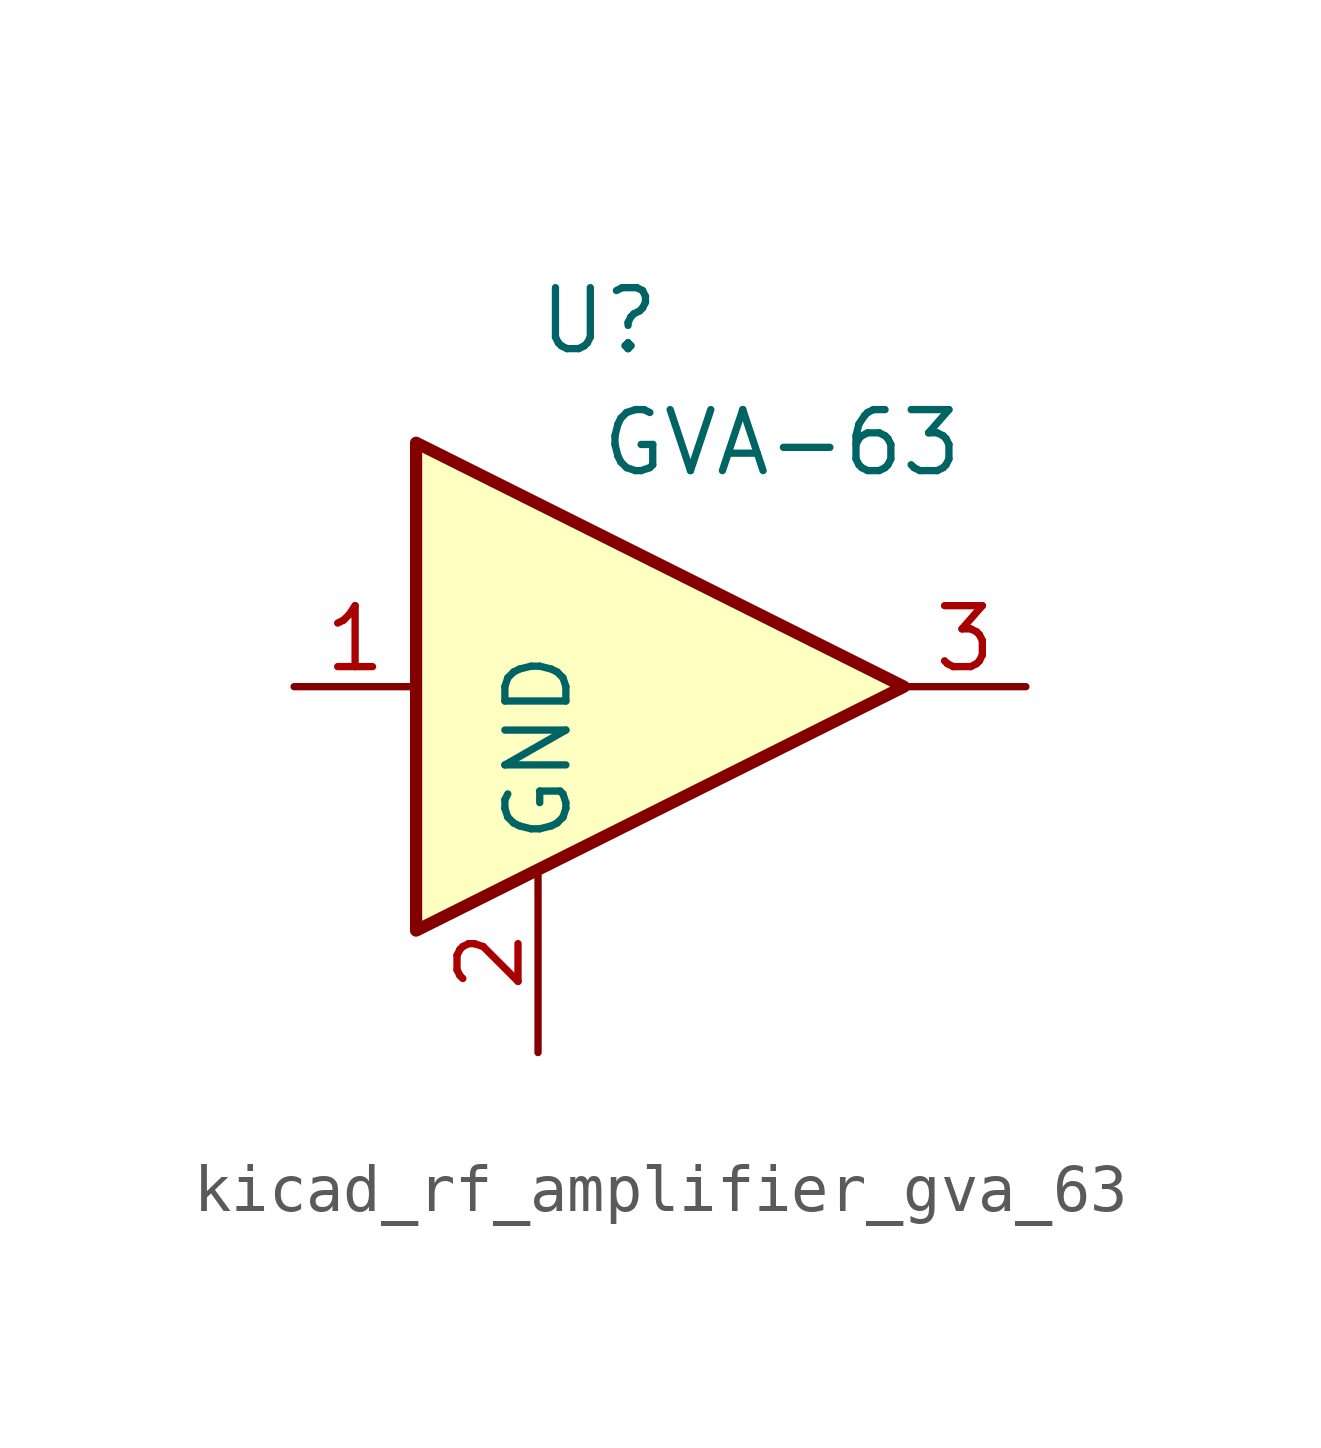
<source format=kicad_sym>
(kicad_symbol_lib
  (version 20220914)
  (generator kicad_symbol_editor)
  (symbol "kicad_rf_amplifier_gva_63"
    (property "Reference" "U"
      (at -1.27 7.62 0)
      (effects (font (size 1.27 1.27))))
    (property "Value" "GVA-63"
      (at 2.54 5.08 0)
      (effects (font (size 1.27 1.27))))
    (symbol "kicad_rf_amplifier_gva_63_0_1"
      (polyline (pts (xy 5.08 0) (xy -5.08 5.08) (xy -5.08 -5.08) (xy 5.08 0)) (stroke (width 0.254) (type default)) (fill (type background))))
    (symbol "kicad_rf_amplifier_gva_63_1_1"
      (pin input line (at -7.62 0 0) (length 2.54) (name "~" (effects (font (size 1.27 1.27)))) (number "1" (effects (font (size 1.27 1.27)))))
      (pin power_in line (at -2.54 -7.62 90) (length 3.81) (name "GND" (effects (font (size 1.27 1.27)))) (number "2" (effects (font (size 1.27 1.27)))))
      (pin output line (at 7.62 0 180) (length 2.54) (name "~" (effects (font (size 1.27 1.27)))) (number "3" (effects (font (size 1.27 1.27))))))))
</source>
